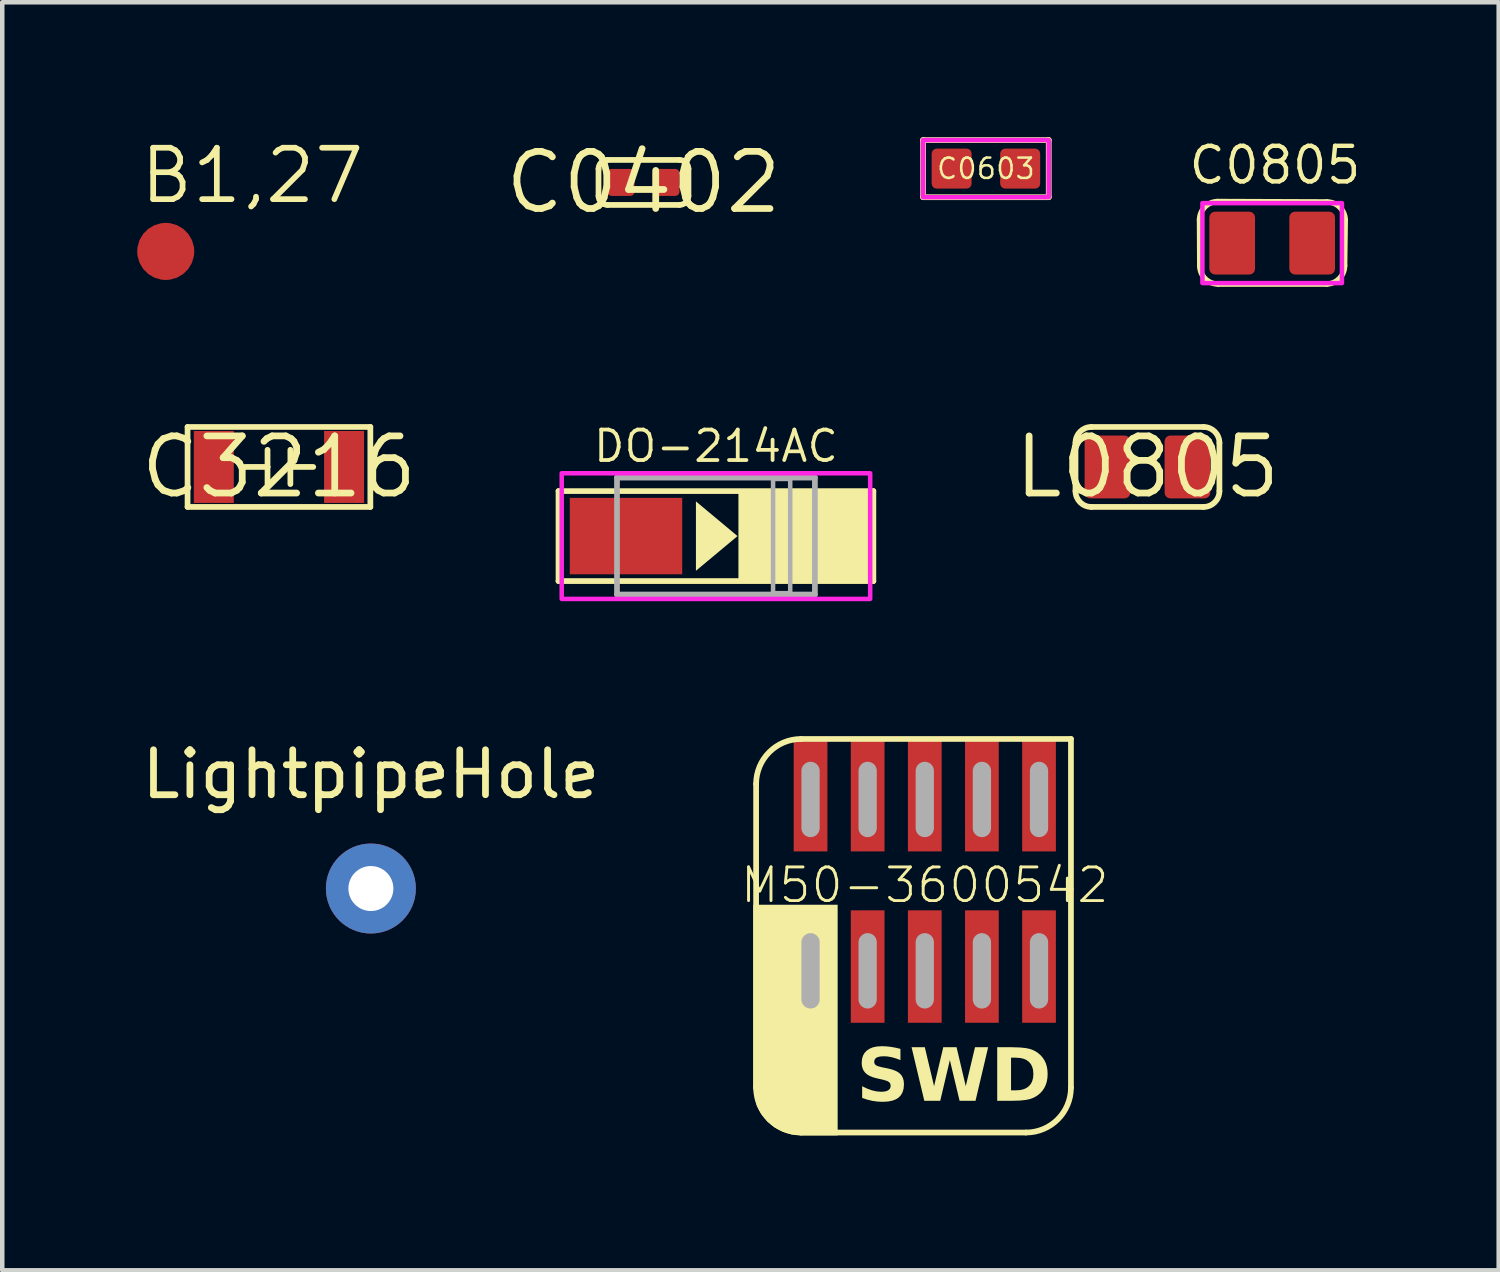
<source format=kicad_pcb>
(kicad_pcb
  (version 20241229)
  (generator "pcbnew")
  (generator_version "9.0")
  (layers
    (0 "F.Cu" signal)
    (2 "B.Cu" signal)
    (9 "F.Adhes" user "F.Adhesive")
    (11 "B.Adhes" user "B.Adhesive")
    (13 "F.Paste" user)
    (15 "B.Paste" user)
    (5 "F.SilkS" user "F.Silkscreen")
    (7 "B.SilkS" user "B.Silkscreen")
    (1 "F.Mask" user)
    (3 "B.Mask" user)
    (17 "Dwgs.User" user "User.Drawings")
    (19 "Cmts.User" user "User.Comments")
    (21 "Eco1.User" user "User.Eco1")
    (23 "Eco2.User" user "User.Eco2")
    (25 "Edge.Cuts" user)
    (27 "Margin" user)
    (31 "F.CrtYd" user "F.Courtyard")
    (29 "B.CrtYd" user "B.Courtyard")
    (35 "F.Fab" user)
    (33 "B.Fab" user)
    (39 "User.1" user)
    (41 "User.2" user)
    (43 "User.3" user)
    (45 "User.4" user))
  (footprint "DO-214AC"
    (layer "F.Cu")
    (at 12.868 8.869)
    (property "Reference" "DO-214AC" (at 0 -2 0) (layer "F.SilkS") (effects (font (size 0.678 0.678) (thickness 0.084))))
    (fp_line (start -3.5 -1) (end 3.5 -1) (stroke (width 0.127) (type solid)) (layer "F.SilkS"))
    (fp_line (start -3.5 1) (end -3.5 -1) (stroke (width 0.127) (type solid)) (layer "F.SilkS"))
    (fp_line (start 3.5 -1) (end 3.5 1) (stroke (width 0.127) (type solid)) (layer "F.SilkS"))
    (fp_line (start 3.5 1) (end -3.5 1) (stroke (width 0.127) (type solid)) (layer "F.SilkS"))
    (fp_poly (pts (xy 0.48 0) (xy -0.445 0.771) (xy -0.445 -0.771)) (stroke (width 0) (type solid)) (fill yes) (layer "F.SilkS"))
    (fp_poly (pts (xy 0.5 1) (xy 3.5 1) (xy 3.5 -1) (xy 0.5 -1)) (stroke (width 0) (type solid)) (fill yes) (layer "F.SilkS"))
    (fp_poly (pts (xy -3.429 1.397) (xy 3.429 1.397) (xy 3.429 -1.397) (xy -3.429 -1.397)) (stroke (width 0.1) (type solid)) (fill no) (layer "F.CrtYd"))
    (fp_line (start -2.2 -1.3) (end 2.2 -1.3) (stroke (width 0.127) (type solid)) (layer "F.Fab"))
    (fp_line (start -2.2 1.3) (end -2.2 -1.3) (stroke (width 0.127) (type solid)) (layer "F.Fab"))
    (fp_line (start 2.2 -1.3) (end 2.2 1.3) (stroke (width 0.127) (type solid)) (layer "F.Fab"))
    (fp_line (start 2.2 1.3) (end -2.2 1.3) (stroke (width 0.127) (type solid)) (layer "F.Fab"))
    (fp_poly (pts (xy 1.651 -1.27) (xy 1.27 -1.27) (xy 1.27 1.27) (xy 1.651 1.27)) (stroke (width 0.1) (type solid)) (fill no) (layer "F.Fab"))
    (pad "1" smd rect (at -2 0 270) (size 1.7 2.5) (layers "F.Cu" "F.Mask" "F.Paste"))
    (pad "2" smd rect (at 2 0 270) (size 1.7 2.5) (layers "F.Cu" "F.Mask" "F.Paste")))
  (footprint "C0603"
    (layer "F.Cu")
    (at 18.87 0.699)
    (property "Reference" "C0603" (at 0 0 0) (layer "F.SilkS") (effects (font (size 0.452 0.452) (thickness 0.056))))
    (fp_line (start -1.397 -0.635) (end 1.397 -0.635) (stroke (width 0.127) (type solid)) (layer "F.SilkS"))
    (fp_line (start -1.397 0.635) (end -1.397 -0.635) (stroke (width 0.127) (type solid)) (layer "F.SilkS"))
    (fp_line (start 1.397 -0.635) (end 1.397 0.635) (stroke (width 0.127) (type solid)) (layer "F.SilkS"))
    (fp_line (start 1.397 0.635) (end -1.397 0.635) (stroke (width 0.127) (type solid)) (layer "F.SilkS"))
    (fp_poly (pts (xy -0.38 0) (xy -0.468 0.38) (xy -1.142 0.38) (xy -1.142 -0.38) (xy -0.468 -0.38)) (stroke (width 0) (type solid)) (fill yes) (layer "F.Paste"))
    (fp_poly (pts (xy 1.142 0.38) (xy 0.468 0.38) (xy 0.38 0) (xy 0.468 -0.38) (xy 1.142 -0.38)) (stroke (width 0) (type solid)) (fill yes) (layer "F.Paste"))
    (fp_poly (pts (xy -1.397 0.635) (xy 1.397 0.635) (xy 1.397 -0.635) (xy -1.397 -0.635)) (stroke (width 0.1) (type solid)) (fill no) (layer "F.CrtYd"))
    (pad "1" smd roundrect (at -0.762 0) (size 0.889 0.889) (layers "F.Cu" "F.Mask") (roundrect_rratio 0.125))
    (pad "2" smd roundrect (at 0.762 0) (size 0.889 0.889) (layers "F.Cu" "F.Mask") (roundrect_rratio 0.125)))
  (footprint "LightpipeHole"
    (layer "F.Cu")
    (at 5.196 16.705)
    (property "Reference" "LightpipeHole" (at 0 -2.54 0) (unlocked yes) (layer "F.SilkS") (effects (font (size 1 1) (thickness 0.15))))
    (attr through_hole)
    (pad "1" thru_hole circle (at 0 0 90) (size 2 2) (drill 1) (layers "*.Cu" "*.Mask")))
  (footprint "C0402"
    (layer "F.Cu")
    (at 11.257 1.006)
    (property "Reference" "C0402" (at 0 0 0) (layer "F.SilkS") (effects (font (size 1.27 1.27) (thickness 0.15))))
    (fp_line (start -1 -0.3) (end -1 0.3) (stroke (width 0.127) (type solid)) (layer "F.SilkS"))
    (fp_line (start -0.8 0.5) (end 0.8 0.5) (stroke (width 0.127) (type solid)) (layer "F.SilkS"))
    (fp_line (start 0.8 -0.5) (end -0.8 -0.5) (stroke (width 0.127) (type solid)) (layer "F.SilkS"))
    (fp_line (start 1 0.3) (end 1 -0.3) (stroke (width 0.127) (type solid)) (layer "F.SilkS"))
    (fp_arc (start -1 -0.3) (mid -0.941421 -0.441421) (end -0.8 -0.5) (stroke (width 0.127) (type solid)) (layer "F.SilkS"))
    (fp_arc (start -0.8 0.5) (mid -0.941421 0.441421) (end -1 0.3) (stroke (width 0.127) (type solid)) (layer "F.SilkS"))
    (fp_arc (start 0.8 -0.5) (mid 0.941421 -0.441421) (end 1 -0.3) (stroke (width 0.127) (type solid)) (layer "F.SilkS"))
    (fp_arc (start 1 0.3) (mid 0.941421 0.441421) (end 0.8 0.5) (stroke (width 0.127) (type solid)) (layer "F.SilkS"))
    (pad "1" smd roundrect (at -0.5 0) (size 0.6 0.6) (layers "F.Cu" "F.Mask" "F.Paste") (roundrect_rratio 0.15))
    (pad "2" smd roundrect (at 0.5 0) (size 0.6 0.6) (layers "F.Cu" "F.Mask" "F.Paste") (roundrect_rratio 0.15)))
  (footprint "M50-3600542"
    (layer "F.Cu")
    (at 17.511 16.63)
    (property "Reference" "M50-3600542" (at 0 0 0) (layer "F.SilkS") (effects (font (size 0.748 0.748) (thickness 0.065))))
    (fp_line (start -3.75 4.5) (end -3.75 -2.25) (stroke (width 0.127) (type solid)) (layer "F.SilkS"))
    (fp_line (start -2.75 -3.25) (end 3.25 -3.25) (stroke (width 0.127) (type solid)) (layer "F.SilkS"))
    (fp_line (start 2.25 5.5) (end -2.75 5.5) (stroke (width 0.127) (type solid)) (layer "F.SilkS"))
    (fp_line (start 3.25 -3.25) (end 3.25 4.5) (stroke (width 0.127) (type solid)) (layer "F.SilkS"))
    (fp_arc (start -3.75 -2.25) (mid -3.457107 -2.957107) (end -2.75 -3.25) (stroke (width 0.127) (type solid)) (layer "F.SilkS"))
    (fp_arc (start -2.75 5.5) (mid -3.457107 5.207107) (end -3.75 4.5) (stroke (width 0.127) (type solid)) (layer "F.SilkS"))
    (fp_arc (start 3.25 4.5) (mid 2.957107 5.207107) (end 2.25 5.5) (stroke (width 0.127) (type solid)) (layer "F.SilkS"))
    (fp_poly (pts (xy -1.937 5.564) (xy -2.753 5.564) (xy -2.958 5.543) (xy -3.157 5.483) (xy -3.341 5.385) (xy -3.502 5.252) (xy -3.635 5.091) (xy -3.734 4.904) (xy -3.813 4.506) (xy -3.813 0.436) (xy -1.937 0.436)) (stroke (width 0) (type solid)) (fill yes) (layer "F.SilkS"))
    (fp_line (start -2.54 -1.27) (end -2.54 -2.54) (stroke (width 0.406) (type solid)) (layer "F.Fab"))
    (fp_line (start -2.54 1.27) (end -2.54 2.54) (stroke (width 0.406) (type solid)) (layer "F.Fab"))
    (fp_line (start -1.27 -1.27) (end -1.27 -2.54) (stroke (width 0.406) (type solid)) (layer "F.Fab"))
    (fp_line (start -1.27 1.27) (end -1.27 2.54) (stroke (width 0.406) (type solid)) (layer "F.Fab"))
    (fp_line (start 0 -1.27) (end 0 -2.54) (stroke (width 0.406) (type solid)) (layer "F.Fab"))
    (fp_line (start 0 1.27) (end 0 2.54) (stroke (width 0.406) (type solid)) (layer "F.Fab"))
    (fp_line (start 1.27 -1.27) (end 1.27 -2.54) (stroke (width 0.406) (type solid)) (layer "F.Fab"))
    (fp_line (start 1.27 1.27) (end 1.27 2.54) (stroke (width 0.406) (type solid)) (layer "F.Fab"))
    (fp_line (start 2.54 -1.27) (end 2.54 -2.54) (stroke (width 0.406) (type solid)) (layer "F.Fab"))
    (fp_line (start 2.54 1.27) (end 2.54 2.54) (stroke (width 0.406) (type solid)) (layer "F.Fab"))
    (fp_text user "SWD" (at -1.52 4.31 0) (unlocked yes) (layer "F.SilkS") (effects (font (face "Panton") (size 1.168 1.168) (thickness 0.234) (bold yes)) (justify left)))
    (pad "1" smd rect (at -2.54 1.81 90) (size 2.5 0.75) (layers "F.Cu" "F.Mask" "F.Paste"))
    (pad "2" smd rect (at -2.54 -2 90) (size 2.5 0.75) (layers "F.Cu" "F.Mask" "F.Paste"))
    (pad "3" smd rect (at -1.27 1.81 90) (size 2.5 0.75) (layers "F.Cu" "F.Mask" "F.Paste"))
    (pad "4" smd rect (at -1.27 -2 90) (size 2.5 0.75) (layers "F.Cu" "F.Mask" "F.Paste"))
    (pad "5" smd rect (at 0 1.81 90) (size 2.5 0.75) (layers "F.Cu" "F.Mask" "F.Paste"))
    (pad "6" smd rect (at 0 -2 90) (size 2.5 0.75) (layers "F.Cu" "F.Mask" "F.Paste"))
    (pad "7" smd rect (at 1.27 1.81 90) (size 2.5 0.75) (layers "F.Cu" "F.Mask" "F.Paste"))
    (pad "8" smd rect (at 1.27 -2 90) (size 2.5 0.75) (layers "F.Cu" "F.Mask" "F.Paste"))
    (pad "9" smd rect (at 2.54 1.81 90) (size 2.5 0.75) (layers "F.Cu" "F.Mask" "F.Paste"))
    (pad "10" smd rect (at 2.54 -2 90) (size 2.5 0.75) (layers "F.Cu" "F.Mask" "F.Paste")))
  (footprint "C3216"
    (layer "F.Cu")
    (at 3.152 7.332)
    (property "Reference" "C3216" (at 0 0 0) (layer "F.SilkS") (effects (font (size 1.27 1.27) (thickness 0.15))))
    (fp_line (start -2.032 -0.889) (end -2.032 0.889) (stroke (width 0.127) (type solid)) (layer "F.SilkS"))
    (fp_line (start -2.032 0.889) (end 2.032 0.889) (stroke (width 0.127) (type solid)) (layer "F.SilkS"))
    (fp_line (start -0.762 0) (end -0.254 0) (stroke (width 0.127) (type solid)) (layer "F.SilkS"))
    (fp_line (start -0.254 -0.381) (end -0.254 0) (stroke (width 0.127) (type solid)) (layer "F.SilkS"))
    (fp_line (start -0.254 0) (end -0.254 0.381) (stroke (width 0.127) (type solid)) (layer "F.SilkS"))
    (fp_line (start 0.254 -0.381) (end 0.254 0) (stroke (width 0.127) (type solid)) (layer "F.SilkS"))
    (fp_line (start 0.254 0) (end 0.254 0.381) (stroke (width 0.127) (type solid)) (layer "F.SilkS"))
    (fp_line (start 0.254 0) (end 0.762 0) (stroke (width 0.127) (type solid)) (layer "F.SilkS"))
    (fp_line (start 2.032 -0.889) (end -2.032 -0.889) (stroke (width 0.127) (type solid)) (layer "F.SilkS"))
    (fp_line (start 2.032 0.889) (end 2.032 -0.889) (stroke (width 0.127) (type solid)) (layer "F.SilkS"))
    (pad "P$1" smd rect (at -1.448 0 90) (size 1.6 0.889) (layers "F.Cu" "F.Mask" "F.Paste"))
    (pad "P$2" smd rect (at 1.448 0 90) (size 1.6 0.889) (layers "F.Cu" "F.Mask" "F.Paste")))
  (footprint "C0805"
    (layer "F.Cu")
    (at 25.235 2.355)
    (property "Reference" "C0805" (at -1.905 -1.27 0) (layer "F.SilkS") (effects (font (size 0.791 0.791) (thickness 0.098)) (justify left bottom)))
    (fp_line (start -1.616 -0.514) (end -1.611 0.513) (stroke (width 0.12) (type solid)) (layer "F.SilkS"))
    (fp_line (start -1.2 0.911) (end 1.213 0.911) (stroke (width 0.12) (type solid)) (layer "F.SilkS"))
    (fp_line (start 1.214 -0.916) (end -1.218 -0.925) (stroke (width 0.12) (type solid)) (layer "F.SilkS"))
    (fp_line (start 1.611 0.5) (end 1.625 -0.518) (stroke (width 0.12) (type solid)) (layer "F.SilkS"))
    (fp_arc (start -1.615863 -0.513967) (mid -1.5 -0.799999) (end -1.217737 -0.924765) (stroke (width 0.12) (type solid)) (layer "F.SilkS"))
    (fp_arc (start -1.200001 0.911) (mid -1.486033 0.795137) (end -1.610799 0.512874) (stroke (width 0.12) (type solid)) (layer "F.SilkS"))
    (fp_arc (start 1.213967 -0.915863) (mid 1.5 -0.8) (end 1.624765 -0.517737) (stroke (width 0.12) (type solid)) (layer "F.SilkS"))
    (fp_arc (start 1.611002 0.500002) (mid 1.495139 0.786034) (end 1.212876 0.9108) (stroke (width 0.12) (type solid)) (layer "F.SilkS"))
    (fp_poly (pts (xy -1.551 0.889) (xy 1.551 0.889) (xy 1.551 -0.889) (xy -1.551 -0.889)) (stroke (width 0.1) (type solid)) (fill no) (layer "F.CrtYd"))
    (pad "1" smd roundrect (at -0.889 0) (size 1.016 1.397) (layers "F.Cu" "F.Mask" "F.Paste") (roundrect_rratio 0.125))
    (pad "2" smd roundrect (at 0.889 0) (size 1.016 1.397) (layers "F.Cu" "F.Mask" "F.Paste") (roundrect_rratio 0.125)))
  (footprint "L0805"
    (layer "F.Cu")
    (at 22.462 7.332)
    (property "Reference" "L0805" (at 0 0 0) (layer "F.SilkS") (effects (font (size 1.27 1.27) (thickness 0.15))))
    (fp_line (start -1.6 0.535) (end -1.6 -0.535) (stroke (width 0.127) (type solid)) (layer "F.SilkS"))
    (fp_line (start -1.246 -0.889) (end 1.246 -0.889) (stroke (width 0.127) (type solid)) (layer "F.SilkS"))
    (fp_line (start 1.246 0.889) (end -1.246 0.889) (stroke (width 0.127) (type solid)) (layer "F.SilkS"))
    (fp_line (start 1.6 -0.535) (end 1.6 0.535) (stroke (width 0.127) (type solid)) (layer "F.SilkS"))
    (fp_arc (start -1.6002 -0.535221) (mid -1.49658 -0.785381) (end -1.246419 -0.889) (stroke (width 0.127) (type solid)) (layer "F.SilkS"))
    (fp_arc (start -1.246421 0.889) (mid -1.496581 0.78538) (end -1.6002 0.535219) (stroke (width 0.127) (type solid)) (layer "F.SilkS"))
    (fp_arc (start 1.246421 -0.889) (mid 1.496581 -0.78538) (end 1.6002 -0.535219) (stroke (width 0.127) (type solid)) (layer "F.SilkS"))
    (fp_arc (start 1.6002 0.535221) (mid 1.49658 0.785381) (end 1.246419 0.889) (stroke (width 0.127) (type solid)) (layer "F.SilkS"))
    (pad "1" smd roundrect (at -0.889 0) (size 1.016 1.397) (layers "F.Cu" "F.Mask" "F.Paste") (roundrect_rratio 0.125))
    (pad "2" smd roundrect (at 0.889 0) (size 1.016 1.397) (layers "F.Cu" "F.Mask" "F.Paste") (roundrect_rratio 0.125)))
  (footprint "B1,27"
    (layer "F.Cu")
    (at 0.635 2.54)
    (property "Reference" "B1,27" (at -0.635 -1.016 0) (layer "F.SilkS") (effects (font (size 1.143 1.143) (thickness 0.127)) (justify left bottom)))
    (pad "TP" smd roundrect (at 0 0) (size 1.27 1.27) (layers "F.Cu" "F.Mask") (roundrect_rratio 0.5)))
  (gr_rect
    (start -3 -3)
    (end 30.271 25.193)
    (stroke (width 0.1) (type default))
    (fill no)
    (layer "Edge.Cuts")))
</source>
